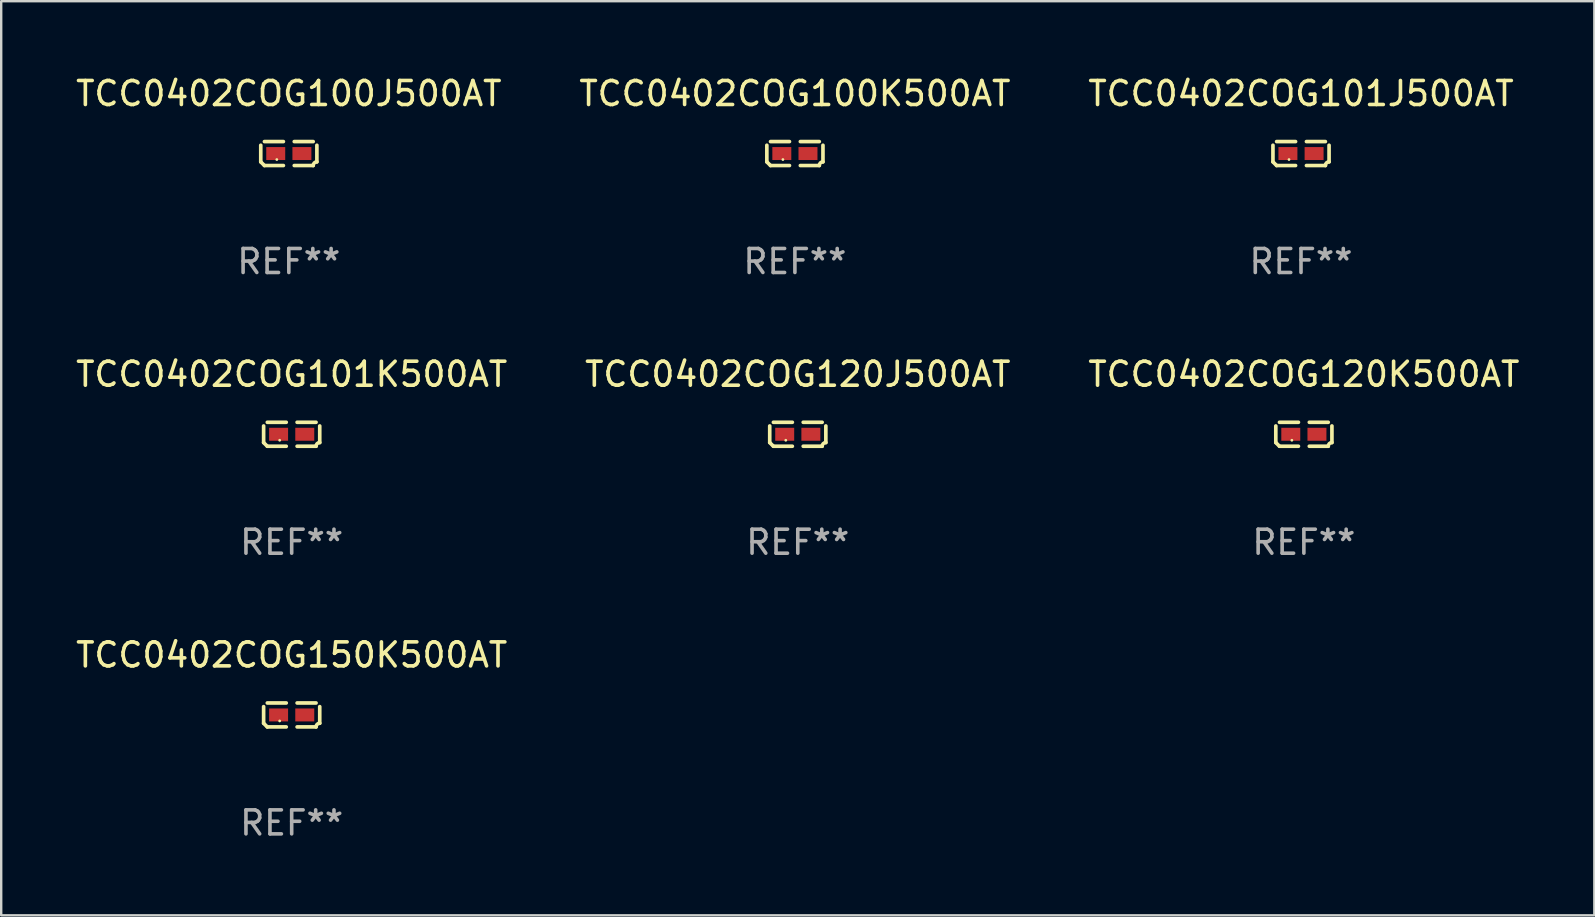
<source format=kicad_pcb>
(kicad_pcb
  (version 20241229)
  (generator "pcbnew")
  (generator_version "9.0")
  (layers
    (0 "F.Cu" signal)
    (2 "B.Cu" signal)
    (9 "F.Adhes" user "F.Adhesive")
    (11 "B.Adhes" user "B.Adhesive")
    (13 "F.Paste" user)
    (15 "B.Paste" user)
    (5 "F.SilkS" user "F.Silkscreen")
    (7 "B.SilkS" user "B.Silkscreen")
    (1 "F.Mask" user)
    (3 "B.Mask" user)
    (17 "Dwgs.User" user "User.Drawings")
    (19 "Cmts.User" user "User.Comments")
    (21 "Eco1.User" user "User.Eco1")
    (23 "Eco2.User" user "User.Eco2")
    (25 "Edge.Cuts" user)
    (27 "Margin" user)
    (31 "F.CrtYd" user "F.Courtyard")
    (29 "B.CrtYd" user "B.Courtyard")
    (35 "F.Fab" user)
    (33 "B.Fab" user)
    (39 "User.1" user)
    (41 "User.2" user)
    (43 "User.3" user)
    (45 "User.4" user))
  (footprint "TCC0402COG101J500AT"
    (layer "F.Cu")
    (at 51.149 3.347)
    (property "Reference" "TCC0402COG101J500AT" (at 0 -2.499 0) (layer "F.SilkS") (effects (font (size 1 1) (thickness 0.15))))
    (attr through_hole)
    (fp_line (start -1.169 0.346) (end -1.169 -0.346) (stroke (width 0.152) (type solid)) (layer "F.SilkS"))
    (fp_line (start -1.016 -0.499) (end -0.226 -0.499) (stroke (width 0.152) (type solid)) (layer "F.SilkS"))
    (fp_line (start -0.226 0.499) (end -1.016 0.499) (stroke (width 0.152) (type solid)) (layer "F.SilkS"))
    (fp_line (start 0.226 0.499) (end 1.016 0.499) (stroke (width 0.152) (type solid)) (layer "F.SilkS"))
    (fp_line (start 1.016 -0.499) (end 0.226 -0.499) (stroke (width 0.152) (type solid)) (layer "F.SilkS"))
    (fp_line (start 1.169 0.346) (end 1.169 -0.346) (stroke (width 0.152) (type solid)) (layer "F.SilkS"))
    (fp_arc (start -1.016307 0.498603) (mid -1.092512 0.422405) (end -1.16871 0.3462) (stroke (width 0.1524) (type solid)) (layer "F.SilkS"))
    (fp_arc (start 1.016307 0.498603) (mid 1.060899 0.390758) (end 1.168707 0.346076) (stroke (width 0.1524) (type solid)) (layer "F.SilkS"))
    (fp_circle (center -0.5 0.25) (end -0.47 0.25) (stroke (width 0.06) (type solid)) (fill no) (layer "F.SilkS"))
    (fp_text user "REF**" (at 0 4.499 0) (layer "F.Fab") (effects (font (size 1 1) (thickness 0.15))))
    (pad "1" smd rect (at -0.545 0) (size 0.79 0.54) (layers "F.Cu" "F.Mask" "F.Paste"))
    (pad "2" smd rect (at 0.545 0) (size 0.79 0.54) (layers "F.Cu" "F.Mask" "F.Paste")))
  (footprint "TCC0402COG100J500AT"
    (layer "F.Cu")
    (at 8.982 3.347)
    (property "Reference" "TCC0402COG100J500AT" (at 0 -2.499 0) (layer "F.SilkS") (effects (font (size 1 1) (thickness 0.15))))
    (attr through_hole)
    (fp_line (start -1.169 0.346) (end -1.169 -0.346) (stroke (width 0.152) (type solid)) (layer "F.SilkS"))
    (fp_line (start -1.016 -0.499) (end -0.226 -0.499) (stroke (width 0.152) (type solid)) (layer "F.SilkS"))
    (fp_line (start -0.226 0.499) (end -1.016 0.499) (stroke (width 0.152) (type solid)) (layer "F.SilkS"))
    (fp_line (start 0.226 0.499) (end 1.016 0.499) (stroke (width 0.152) (type solid)) (layer "F.SilkS"))
    (fp_line (start 1.016 -0.499) (end 0.226 -0.499) (stroke (width 0.152) (type solid)) (layer "F.SilkS"))
    (fp_line (start 1.169 0.346) (end 1.169 -0.346) (stroke (width 0.152) (type solid)) (layer "F.SilkS"))
    (fp_arc (start -1.016307 0.498603) (mid -1.092512 0.422405) (end -1.16871 0.3462) (stroke (width 0.1524) (type solid)) (layer "F.SilkS"))
    (fp_arc (start 1.016307 0.498603) (mid 1.060899 0.390758) (end 1.168707 0.346076) (stroke (width 0.1524) (type solid)) (layer "F.SilkS"))
    (fp_circle (center -0.5 0.25) (end -0.47 0.25) (stroke (width 0.06) (type solid)) (fill no) (layer "F.SilkS"))
    (fp_text user "REF**" (at 0 4.499 0) (layer "F.Fab") (effects (font (size 1 1) (thickness 0.15))))
    (pad "1" smd rect (at -0.545 0) (size 0.79 0.54) (layers "F.Cu" "F.Mask" "F.Paste"))
    (pad "2" smd rect (at 0.545 0) (size 0.79 0.54) (layers "F.Cu" "F.Mask" "F.Paste")))
  (footprint "TCC0402COG101K500AT"
    (layer "F.Cu")
    (at 9.101 15.041)
    (property "Reference" "TCC0402COG101K500AT" (at 0 -2.499 0) (layer "F.SilkS") (effects (font (size 1 1) (thickness 0.15))))
    (attr through_hole)
    (fp_line (start -1.169 0.346) (end -1.169 -0.346) (stroke (width 0.152) (type solid)) (layer "F.SilkS"))
    (fp_line (start -1.016 -0.499) (end -0.226 -0.499) (stroke (width 0.152) (type solid)) (layer "F.SilkS"))
    (fp_line (start -0.226 0.499) (end -1.016 0.499) (stroke (width 0.152) (type solid)) (layer "F.SilkS"))
    (fp_line (start 0.226 0.499) (end 1.016 0.499) (stroke (width 0.152) (type solid)) (layer "F.SilkS"))
    (fp_line (start 1.016 -0.499) (end 0.226 -0.499) (stroke (width 0.152) (type solid)) (layer "F.SilkS"))
    (fp_line (start 1.169 0.346) (end 1.169 -0.346) (stroke (width 0.152) (type solid)) (layer "F.SilkS"))
    (fp_arc (start -1.016307 0.498603) (mid -1.092512 0.422405) (end -1.16871 0.3462) (stroke (width 0.1524) (type solid)) (layer "F.SilkS"))
    (fp_arc (start 1.016307 0.498603) (mid 1.060899 0.390758) (end 1.168707 0.346076) (stroke (width 0.1524) (type solid)) (layer "F.SilkS"))
    (fp_circle (center -0.5 0.25) (end -0.47 0.25) (stroke (width 0.06) (type solid)) (fill no) (layer "F.SilkS"))
    (fp_text user "REF**" (at 0 4.499 0) (layer "F.Fab") (effects (font (size 1 1) (thickness 0.15))))
    (pad "1" smd rect (at -0.545 0) (size 0.79 0.54) (layers "F.Cu" "F.Mask" "F.Paste"))
    (pad "2" smd rect (at 0.545 0) (size 0.79 0.54) (layers "F.Cu" "F.Mask" "F.Paste")))
  (footprint "TCC0402COG150K500AT"
    (layer "F.Cu")
    (at 9.101 26.734)
    (property "Reference" "TCC0402COG150K500AT" (at 0 -2.499 0) (layer "F.SilkS") (effects (font (size 1 1) (thickness 0.15))))
    (attr through_hole)
    (fp_line (start -1.169 0.346) (end -1.169 -0.346) (stroke (width 0.152) (type solid)) (layer "F.SilkS"))
    (fp_line (start -1.016 -0.499) (end -0.226 -0.499) (stroke (width 0.152) (type solid)) (layer "F.SilkS"))
    (fp_line (start -0.226 0.499) (end -1.016 0.499) (stroke (width 0.152) (type solid)) (layer "F.SilkS"))
    (fp_line (start 0.226 0.499) (end 1.016 0.499) (stroke (width 0.152) (type solid)) (layer "F.SilkS"))
    (fp_line (start 1.016 -0.499) (end 0.226 -0.499) (stroke (width 0.152) (type solid)) (layer "F.SilkS"))
    (fp_line (start 1.169 0.346) (end 1.169 -0.346) (stroke (width 0.152) (type solid)) (layer "F.SilkS"))
    (fp_arc (start -1.016307 0.498603) (mid -1.092512 0.422405) (end -1.16871 0.3462) (stroke (width 0.1524) (type solid)) (layer "F.SilkS"))
    (fp_arc (start 1.016307 0.498603) (mid 1.060899 0.390758) (end 1.168707 0.346076) (stroke (width 0.1524) (type solid)) (layer "F.SilkS"))
    (fp_circle (center -0.5 0.25) (end -0.47 0.25) (stroke (width 0.06) (type solid)) (fill no) (layer "F.SilkS"))
    (fp_text user "REF**" (at 0 4.499 0) (layer "F.Fab") (effects (font (size 1 1) (thickness 0.15))))
    (pad "1" smd rect (at -0.545 0) (size 0.79 0.54) (layers "F.Cu" "F.Mask" "F.Paste"))
    (pad "2" smd rect (at 0.545 0) (size 0.79 0.54) (layers "F.Cu" "F.Mask" "F.Paste")))
  (footprint "TCC0402COG100K500AT"
    (layer "F.Cu")
    (at 30.065 3.347)
    (property "Reference" "TCC0402COG100K500AT" (at 0 -2.499 0) (layer "F.SilkS") (effects (font (size 1 1) (thickness 0.15))))
    (attr through_hole)
    (fp_line (start -1.169 0.346) (end -1.169 -0.346) (stroke (width 0.152) (type solid)) (layer "F.SilkS"))
    (fp_line (start -1.016 -0.499) (end -0.226 -0.499) (stroke (width 0.152) (type solid)) (layer "F.SilkS"))
    (fp_line (start -0.226 0.499) (end -1.016 0.499) (stroke (width 0.152) (type solid)) (layer "F.SilkS"))
    (fp_line (start 0.226 0.499) (end 1.016 0.499) (stroke (width 0.152) (type solid)) (layer "F.SilkS"))
    (fp_line (start 1.016 -0.499) (end 0.226 -0.499) (stroke (width 0.152) (type solid)) (layer "F.SilkS"))
    (fp_line (start 1.169 0.346) (end 1.169 -0.346) (stroke (width 0.152) (type solid)) (layer "F.SilkS"))
    (fp_arc (start -1.016307 0.498603) (mid -1.092512 0.422405) (end -1.16871 0.3462) (stroke (width 0.1524) (type solid)) (layer "F.SilkS"))
    (fp_arc (start 1.016307 0.498603) (mid 1.060899 0.390758) (end 1.168707 0.346076) (stroke (width 0.1524) (type solid)) (layer "F.SilkS"))
    (fp_circle (center -0.5 0.25) (end -0.47 0.25) (stroke (width 0.06) (type solid)) (fill no) (layer "F.SilkS"))
    (fp_text user "REF**" (at 0 4.499 0) (layer "F.Fab") (effects (font (size 1 1) (thickness 0.15))))
    (pad "1" smd rect (at -0.545 0) (size 0.79 0.54) (layers "F.Cu" "F.Mask" "F.Paste"))
    (pad "2" smd rect (at 0.545 0) (size 0.79 0.54) (layers "F.Cu" "F.Mask" "F.Paste")))
  (footprint "TCC0402COG120K500AT"
    (layer "F.Cu")
    (at 51.268 15.041)
    (property "Reference" "TCC0402COG120K500AT" (at 0 -2.499 0) (layer "F.SilkS") (effects (font (size 1 1) (thickness 0.15))))
    (attr through_hole)
    (fp_line (start -1.169 0.346) (end -1.169 -0.346) (stroke (width 0.152) (type solid)) (layer "F.SilkS"))
    (fp_line (start -1.016 -0.499) (end -0.226 -0.499) (stroke (width 0.152) (type solid)) (layer "F.SilkS"))
    (fp_line (start -0.226 0.499) (end -1.016 0.499) (stroke (width 0.152) (type solid)) (layer "F.SilkS"))
    (fp_line (start 0.226 0.499) (end 1.016 0.499) (stroke (width 0.152) (type solid)) (layer "F.SilkS"))
    (fp_line (start 1.016 -0.499) (end 0.226 -0.499) (stroke (width 0.152) (type solid)) (layer "F.SilkS"))
    (fp_line (start 1.169 0.346) (end 1.169 -0.346) (stroke (width 0.152) (type solid)) (layer "F.SilkS"))
    (fp_arc (start -1.016307 0.498603) (mid -1.092512 0.422405) (end -1.16871 0.3462) (stroke (width 0.1524) (type solid)) (layer "F.SilkS"))
    (fp_arc (start 1.016307 0.498603) (mid 1.060899 0.390758) (end 1.168707 0.346076) (stroke (width 0.1524) (type solid)) (layer "F.SilkS"))
    (fp_circle (center -0.5 0.25) (end -0.47 0.25) (stroke (width 0.06) (type solid)) (fill no) (layer "F.SilkS"))
    (fp_text user "REF**" (at 0 4.499 0) (layer "F.Fab") (effects (font (size 1 1) (thickness 0.15))))
    (pad "1" smd rect (at -0.545 0) (size 0.79 0.54) (layers "F.Cu" "F.Mask" "F.Paste"))
    (pad "2" smd rect (at 0.545 0) (size 0.79 0.54) (layers "F.Cu" "F.Mask" "F.Paste")))
  (footprint "TCC0402COG120J500AT"
    (layer "F.Cu")
    (at 30.185 15.041)
    (property "Reference" "TCC0402COG120J500AT" (at 0 -2.499 0) (layer "F.SilkS") (effects (font (size 1 1) (thickness 0.15))))
    (attr through_hole)
    (fp_line (start -1.169 0.346) (end -1.169 -0.346) (stroke (width 0.152) (type solid)) (layer "F.SilkS"))
    (fp_line (start -1.016 -0.499) (end -0.226 -0.499) (stroke (width 0.152) (type solid)) (layer "F.SilkS"))
    (fp_line (start -0.226 0.499) (end -1.016 0.499) (stroke (width 0.152) (type solid)) (layer "F.SilkS"))
    (fp_line (start 0.226 0.499) (end 1.016 0.499) (stroke (width 0.152) (type solid)) (layer "F.SilkS"))
    (fp_line (start 1.016 -0.499) (end 0.226 -0.499) (stroke (width 0.152) (type solid)) (layer "F.SilkS"))
    (fp_line (start 1.169 0.346) (end 1.169 -0.346) (stroke (width 0.152) (type solid)) (layer "F.SilkS"))
    (fp_arc (start -1.016307 0.498603) (mid -1.092512 0.422405) (end -1.16871 0.3462) (stroke (width 0.1524) (type solid)) (layer "F.SilkS"))
    (fp_arc (start 1.016307 0.498603) (mid 1.060899 0.390758) (end 1.168707 0.346076) (stroke (width 0.1524) (type solid)) (layer "F.SilkS"))
    (fp_circle (center -0.5 0.25) (end -0.47 0.25) (stroke (width 0.06) (type solid)) (fill no) (layer "F.SilkS"))
    (fp_text user "REF**" (at 0 4.499 0) (layer "F.Fab") (effects (font (size 1 1) (thickness 0.15))))
    (pad "1" smd rect (at -0.545 0) (size 0.79 0.54) (layers "F.Cu" "F.Mask" "F.Paste"))
    (pad "2" smd rect (at 0.545 0) (size 0.79 0.54) (layers "F.Cu" "F.Mask" "F.Paste")))
  (gr_rect
    (start -3 -3)
    (end 63.369 35.081)
    (stroke (width 0.1) (type default))
    (fill no)
    (layer "Edge.Cuts")))
</source>
